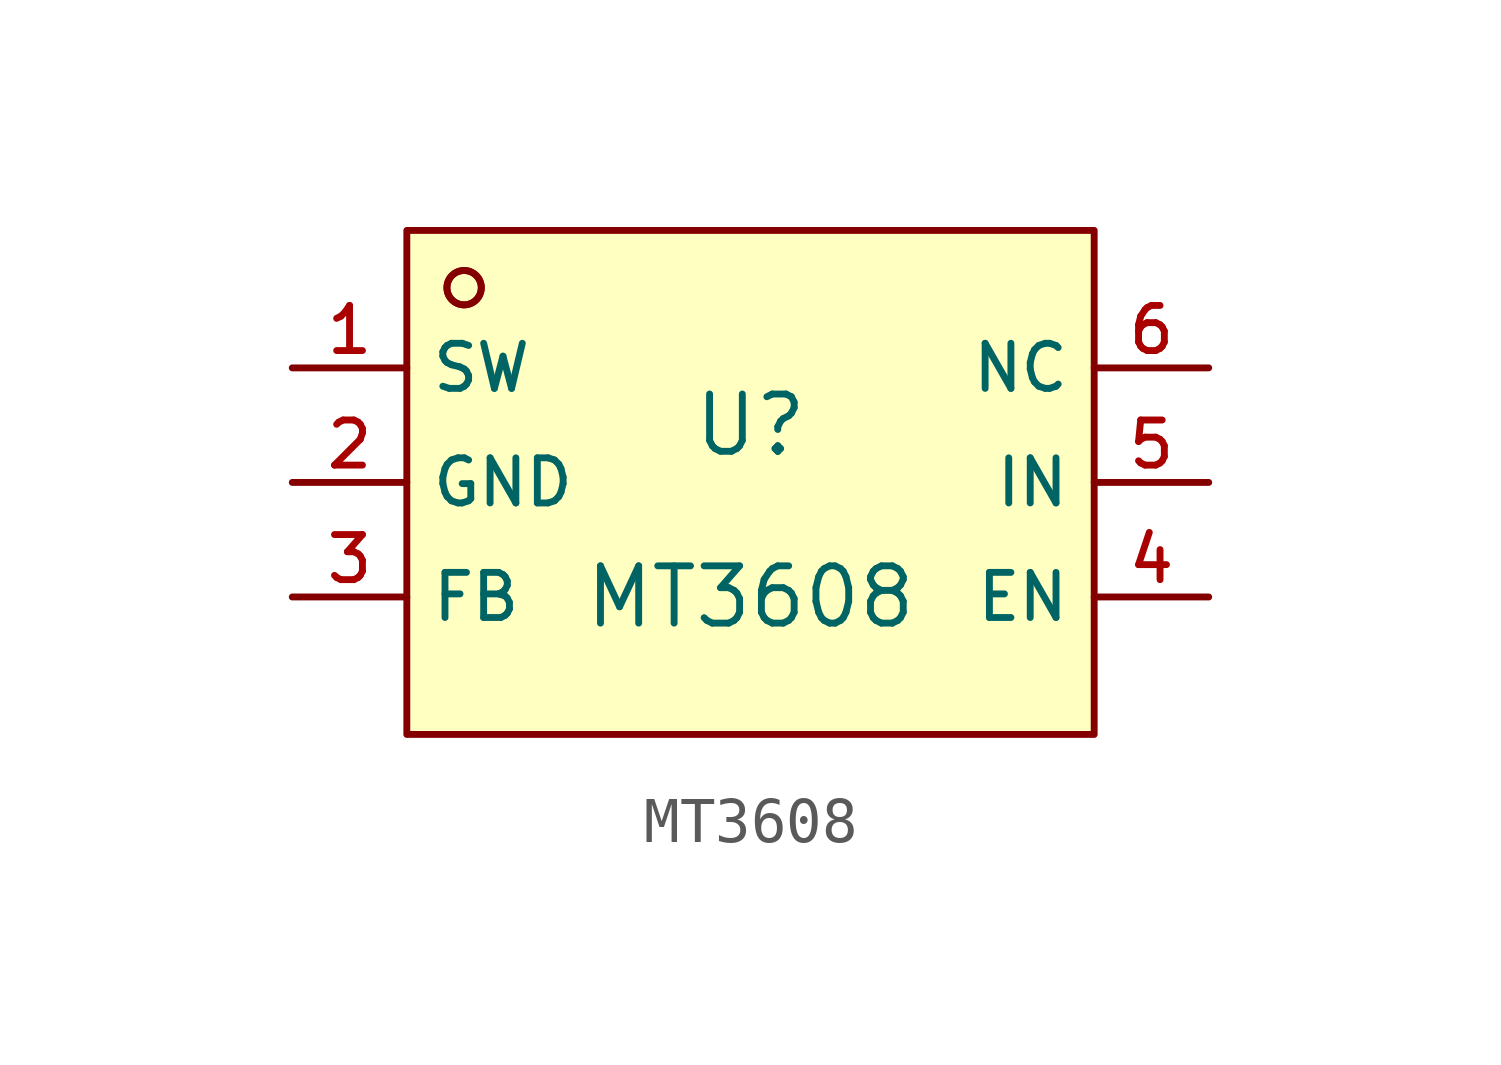
<source format=kicad_sym>
(kicad_symbol_lib
  (version 20210201)
  (generator TousstNicolas/JLC2KiCad_lib)
  (symbol "MT3608"
    (property "Reference" "U"
      (at 0 1.27 0)
      (effects (font (size 1.27 1.27))))
    (property "Value" "MT3608"
      (at 0 -2.54 0)
      (effects (font (size 1.27 1.27))))
    (symbol "MT3608_0_1"
      (circle (center -6.35 4.318) (radius 0.381) (stroke (width 0) (type default) (color 0 0 0 0)) (fill (type background)))
      (rectangle (start -7.62 5.588) (end 7.62 -5.588) (stroke (width 0) (type default) (color 0 0 0 0)) (fill (type background)))
      (circle (center -6.35 4.318) (radius 0.381) (stroke (width 0) (type default) (color 0 0 0 0)) (fill (type background)))
      (pin unspecified line (at -10.16 2.54 0) (length 2.54) (name "SW" (effects (font (size 1 1)))) (number "1" (effects (font (size 1 1)))))
      (pin unspecified line (at -10.16 -0.0 0) (length 2.54) (name "GND" (effects (font (size 1 1)))) (number "2" (effects (font (size 1 1)))))
      (pin unspecified line (at -10.16 -2.54 0) (length 2.54) (name "FB" (effects (font (size 1 1)))) (number "3" (effects (font (size 1 1)))))
      (pin unspecified line (at 10.16 -2.54 180) (length 2.54) (name "EN" (effects (font (size 1 1)))) (number "4" (effects (font (size 1 1)))))
      (pin unspecified line (at 10.16 -0.0 180) (length 2.54) (name "IN" (effects (font (size 1 1)))) (number "5" (effects (font (size 1 1)))))
      (pin unspecified line (at 10.16 2.54 180) (length 2.54) (name "NC" (effects (font (size 1 1)))) (number "6" (effects (font (size 1 1))))))))
</source>
